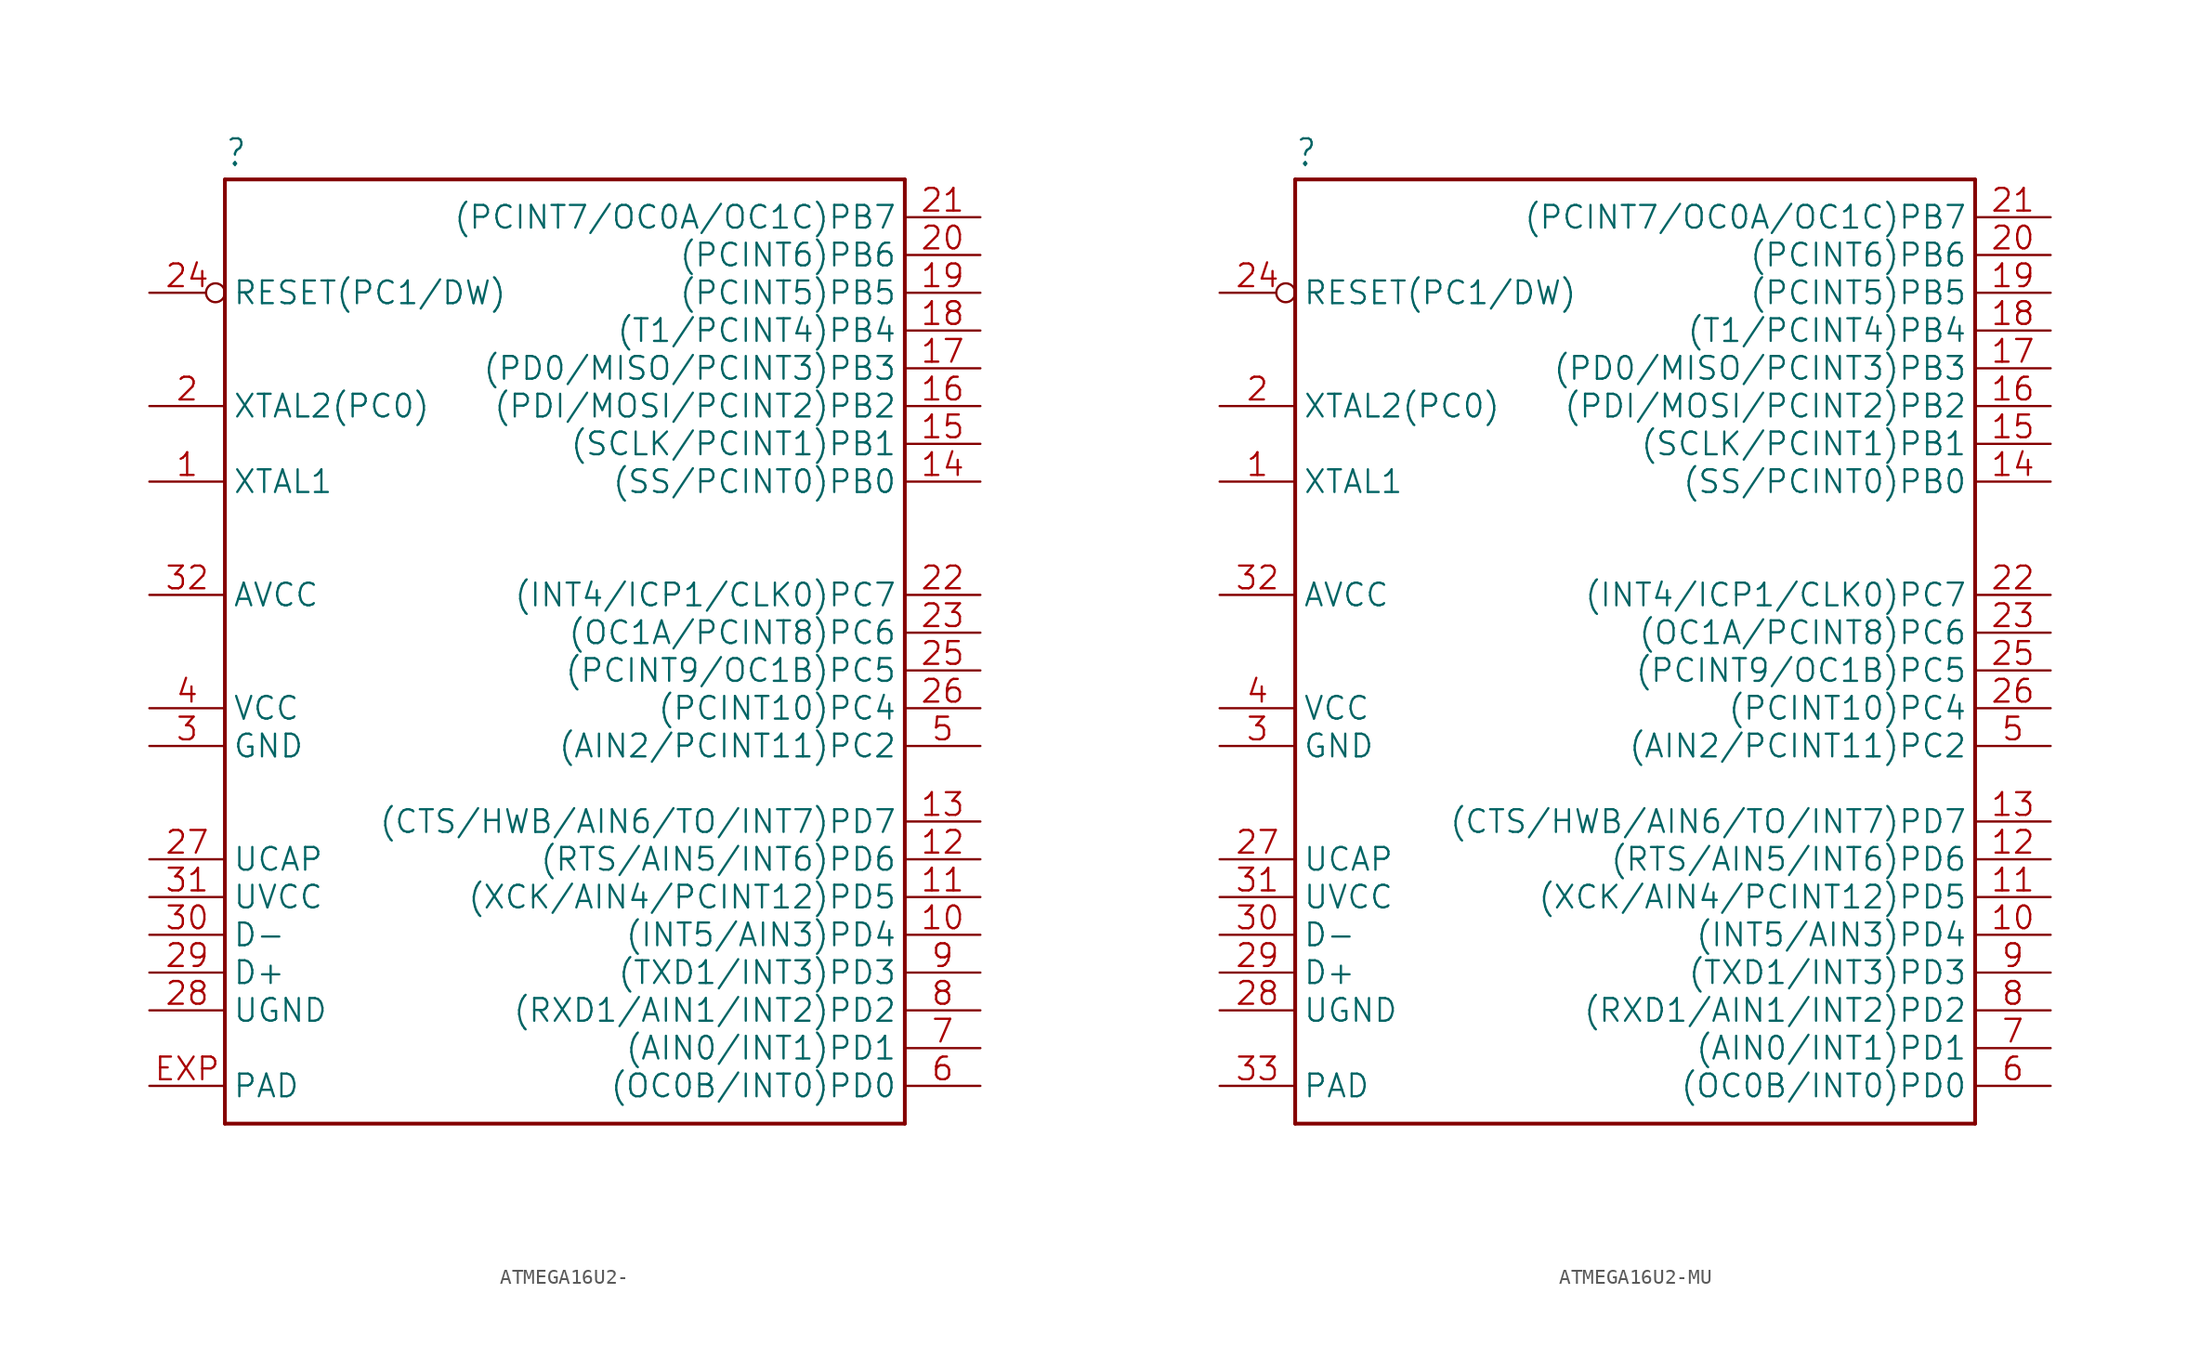
<source format=kicad_sym>
(kicad_symbol_lib
  (version 20241209)
  (generator "kicad_symbol_editor")
  (generator_version "9.0")
  (symbol "ATMEGA16U2-"
    (property "Reference" ""
      (at -22.86 33.782 0)
      (effects (font (size 1.778 1.511)) (justify left bottom)))
    (property "Value" ""
      (at -22.86 -33.02 0)
      (effects (font (size 1.778 1.511)) (justify left bottom)))
    (property "ki_locked" ""
      (at 0 0 0)
      (effects (font (size 1.27 1.27))))
    (symbol "ATMEGA16U2-_1_0"
      (polyline (pts (xy -22.86 33.02) (xy 22.86 33.02)) (stroke (width 0.254) (type solid)) (fill (type none)))
      (polyline (pts (xy -22.86 -30.48) (xy -22.86 33.02)) (stroke (width 0.254) (type solid)) (fill (type none)))
      (polyline (pts (xy 22.86 33.02) (xy 22.86 -30.48)) (stroke (width 0.254) (type solid)) (fill (type none)))
      (polyline (pts (xy 22.86 -30.48) (xy -22.86 -30.48)) (stroke (width 0.254) (type solid)) (fill (type none)))
      (pin input inverted (at -27.94 25.4 0) (length 5.08) (name "RESET(PC1/DW)" (effects (font (size 1.524 1.524)))) (number "24" (effects (font (size 1.524 1.524)))))
      (pin bidirectional line (at -27.94 17.78 0) (length 5.08) (name "XTAL2(PC0)" (effects (font (size 1.524 1.524)))) (number "2" (effects (font (size 1.524 1.524)))))
      (pin bidirectional line (at -27.94 12.7 0) (length 5.08) (name "XTAL1" (effects (font (size 1.524 1.524)))) (number "1" (effects (font (size 1.524 1.524)))))
      (pin power_in line (at -27.94 5.08 0) (length 5.08) (name "AVCC" (effects (font (size 1.524 1.524)))) (number "32" (effects (font (size 1.524 1.524)))))
      (pin power_in line (at -27.94 -2.54 0) (length 5.08) (name "VCC" (effects (font (size 1.524 1.524)))) (number "4" (effects (font (size 1.524 1.524)))))
      (pin power_in line (at -27.94 -5.08 0) (length 5.08) (name "GND" (effects (font (size 1.524 1.524)))) (number "3" (effects (font (size 1.524 1.524)))))
      (pin passive line (at -27.94 -12.7 0) (length 5.08) (name "UCAP" (effects (font (size 1.524 1.524)))) (number "27" (effects (font (size 1.524 1.524)))))
      (pin power_in line (at -27.94 -15.24 0) (length 5.08) (name "UVCC" (effects (font (size 1.524 1.524)))) (number "31" (effects (font (size 1.524 1.524)))))
      (pin bidirectional line (at -27.94 -17.78 0) (length 5.08) (name "D-" (effects (font (size 1.524 1.524)))) (number "30" (effects (font (size 1.524 1.524)))))
      (pin bidirectional line (at -27.94 -20.32 0) (length 5.08) (name "D+" (effects (font (size 1.524 1.524)))) (number "29" (effects (font (size 1.524 1.524)))))
      (pin power_in line (at -27.94 -22.86 0) (length 5.08) (name "UGND" (effects (font (size 1.524 1.524)))) (number "28" (effects (font (size 1.524 1.524)))))
      (pin power_in line (at -27.94 -27.94 0) (length 5.08) (name "PAD" (effects (font (size 1.524 1.524)))) (number "EXP" (effects (font (size 1.524 1.524)))))
      (pin bidirectional line (at 27.94 30.48 180) (length 5.08) (name "(PCINT7/OC0A/OC1C)PB7" (effects (font (size 1.524 1.524)))) (number "21" (effects (font (size 1.524 1.524)))))
      (pin bidirectional line (at 27.94 27.94 180) (length 5.08) (name "(PCINT6)PB6" (effects (font (size 1.524 1.524)))) (number "20" (effects (font (size 1.524 1.524)))))
      (pin bidirectional line (at 27.94 25.4 180) (length 5.08) (name "(PCINT5)PB5" (effects (font (size 1.524 1.524)))) (number "19" (effects (font (size 1.524 1.524)))))
      (pin bidirectional line (at 27.94 22.86 180) (length 5.08) (name "(T1/PCINT4)PB4" (effects (font (size 1.524 1.524)))) (number "18" (effects (font (size 1.524 1.524)))))
      (pin bidirectional line (at 27.94 20.32 180) (length 5.08) (name "(PD0/MISO/PCINT3)PB3" (effects (font (size 1.524 1.524)))) (number "17" (effects (font (size 1.524 1.524)))))
      (pin bidirectional line (at 27.94 17.78 180) (length 5.08) (name "(PDI/MOSI/PCINT2)PB2" (effects (font (size 1.524 1.524)))) (number "16" (effects (font (size 1.524 1.524)))))
      (pin bidirectional line (at 27.94 15.24 180) (length 5.08) (name "(SCLK/PCINT1)PB1" (effects (font (size 1.524 1.524)))) (number "15" (effects (font (size 1.524 1.524)))))
      (pin bidirectional line (at 27.94 12.7 180) (length 5.08) (name "(SS/PCINT0)PB0" (effects (font (size 1.524 1.524)))) (number "14" (effects (font (size 1.524 1.524)))))
      (pin bidirectional line (at 27.94 5.08 180) (length 5.08) (name "(INT4/ICP1/CLK0)PC7" (effects (font (size 1.524 1.524)))) (number "22" (effects (font (size 1.524 1.524)))))
      (pin bidirectional line (at 27.94 2.54 180) (length 5.08) (name "(OC1A/PCINT8)PC6" (effects (font (size 1.524 1.524)))) (number "23" (effects (font (size 1.524 1.524)))))
      (pin bidirectional line (at 27.94 0 180) (length 5.08) (name "(PCINT9/OC1B)PC5" (effects (font (size 1.524 1.524)))) (number "25" (effects (font (size 1.524 1.524)))))
      (pin bidirectional line (at 27.94 -2.54 180) (length 5.08) (name "(PCINT10)PC4" (effects (font (size 1.524 1.524)))) (number "26" (effects (font (size 1.524 1.524)))))
      (pin bidirectional line (at 27.94 -5.08 180) (length 5.08) (name "(AIN2/PCINT11)PC2" (effects (font (size 1.524 1.524)))) (number "5" (effects (font (size 1.524 1.524)))))
      (pin bidirectional line (at 27.94 -10.16 180) (length 5.08) (name "(CTS/HWB/AIN6/TO/INT7)PD7" (effects (font (size 1.524 1.524)))) (number "13" (effects (font (size 1.524 1.524)))))
      (pin bidirectional line (at 27.94 -12.7 180) (length 5.08) (name "(RTS/AIN5/INT6)PD6" (effects (font (size 1.524 1.524)))) (number "12" (effects (font (size 1.524 1.524)))))
      (pin bidirectional line (at 27.94 -15.24 180) (length 5.08) (name "(XCK/AIN4/PCINT12)PD5" (effects (font (size 1.524 1.524)))) (number "11" (effects (font (size 1.524 1.524)))))
      (pin bidirectional line (at 27.94 -17.78 180) (length 5.08) (name "(INT5/AIN3)PD4" (effects (font (size 1.524 1.524)))) (number "10" (effects (font (size 1.524 1.524)))))
      (pin bidirectional line (at 27.94 -20.32 180) (length 5.08) (name "(TXD1/INT3)PD3" (effects (font (size 1.524 1.524)))) (number "9" (effects (font (size 1.524 1.524)))))
      (pin bidirectional line (at 27.94 -22.86 180) (length 5.08) (name "(RXD1/AIN1/INT2)PD2" (effects (font (size 1.524 1.524)))) (number "8" (effects (font (size 1.524 1.524)))))
      (pin bidirectional line (at 27.94 -25.4 180) (length 5.08) (name "(AIN0/INT1)PD1" (effects (font (size 1.524 1.524)))) (number "7" (effects (font (size 1.524 1.524)))))
      (pin bidirectional line (at 27.94 -27.94 180) (length 5.08) (name "(OC0B/INT0)PD0" (effects (font (size 1.524 1.524)))) (number "6" (effects (font (size 1.524 1.524)))))))
  (symbol "ATMEGA16U2-MU"
    (property "Reference" ""
      (at -22.86 33.782 0)
      (effects (font (size 1.778 1.511)) (justify left bottom)))
    (property "Value" ""
      (at -22.86 -33.02 0)
      (effects (font (size 1.778 1.511)) (justify left bottom)))
    (property "ki_locked" ""
      (at 0 0 0)
      (effects (font (size 1.27 1.27))))
    (symbol "ATMEGA16U2-MU_1_0"
      (polyline (pts (xy -22.86 33.02) (xy 22.86 33.02)) (stroke (width 0.254) (type solid)) (fill (type none)))
      (polyline (pts (xy -22.86 -30.48) (xy -22.86 33.02)) (stroke (width 0.254) (type solid)) (fill (type none)))
      (polyline (pts (xy 22.86 33.02) (xy 22.86 -30.48)) (stroke (width 0.254) (type solid)) (fill (type none)))
      (polyline (pts (xy 22.86 -30.48) (xy -22.86 -30.48)) (stroke (width 0.254) (type solid)) (fill (type none)))
      (pin input inverted (at -27.94 25.4 0) (length 5.08) (name "RESET(PC1/DW)" (effects (font (size 1.524 1.524)))) (number "24" (effects (font (size 1.524 1.524)))))
      (pin bidirectional line (at -27.94 17.78 0) (length 5.08) (name "XTAL2(PC0)" (effects (font (size 1.524 1.524)))) (number "2" (effects (font (size 1.524 1.524)))))
      (pin bidirectional line (at -27.94 12.7 0) (length 5.08) (name "XTAL1" (effects (font (size 1.524 1.524)))) (number "1" (effects (font (size 1.524 1.524)))))
      (pin power_in line (at -27.94 5.08 0) (length 5.08) (name "AVCC" (effects (font (size 1.524 1.524)))) (number "32" (effects (font (size 1.524 1.524)))))
      (pin power_in line (at -27.94 -2.54 0) (length 5.08) (name "VCC" (effects (font (size 1.524 1.524)))) (number "4" (effects (font (size 1.524 1.524)))))
      (pin power_in line (at -27.94 -5.08 0) (length 5.08) (name "GND" (effects (font (size 1.524 1.524)))) (number "3" (effects (font (size 1.524 1.524)))))
      (pin passive line (at -27.94 -12.7 0) (length 5.08) (name "UCAP" (effects (font (size 1.524 1.524)))) (number "27" (effects (font (size 1.524 1.524)))))
      (pin power_in line (at -27.94 -15.24 0) (length 5.08) (name "UVCC" (effects (font (size 1.524 1.524)))) (number "31" (effects (font (size 1.524 1.524)))))
      (pin bidirectional line (at -27.94 -17.78 0) (length 5.08) (name "D-" (effects (font (size 1.524 1.524)))) (number "30" (effects (font (size 1.524 1.524)))))
      (pin bidirectional line (at -27.94 -20.32 0) (length 5.08) (name "D+" (effects (font (size 1.524 1.524)))) (number "29" (effects (font (size 1.524 1.524)))))
      (pin power_in line (at -27.94 -22.86 0) (length 5.08) (name "UGND" (effects (font (size 1.524 1.524)))) (number "28" (effects (font (size 1.524 1.524)))))
      (pin power_in line (at -27.94 -27.94 0) (length 5.08) (name "PAD" (effects (font (size 1.524 1.524)))) (number "33" (effects (font (size 1.524 1.524)))))
      (pin bidirectional line (at 27.94 30.48 180) (length 5.08) (name "(PCINT7/OC0A/OC1C)PB7" (effects (font (size 1.524 1.524)))) (number "21" (effects (font (size 1.524 1.524)))))
      (pin bidirectional line (at 27.94 27.94 180) (length 5.08) (name "(PCINT6)PB6" (effects (font (size 1.524 1.524)))) (number "20" (effects (font (size 1.524 1.524)))))
      (pin bidirectional line (at 27.94 25.4 180) (length 5.08) (name "(PCINT5)PB5" (effects (font (size 1.524 1.524)))) (number "19" (effects (font (size 1.524 1.524)))))
      (pin bidirectional line (at 27.94 22.86 180) (length 5.08) (name "(T1/PCINT4)PB4" (effects (font (size 1.524 1.524)))) (number "18" (effects (font (size 1.524 1.524)))))
      (pin bidirectional line (at 27.94 20.32 180) (length 5.08) (name "(PD0/MISO/PCINT3)PB3" (effects (font (size 1.524 1.524)))) (number "17" (effects (font (size 1.524 1.524)))))
      (pin bidirectional line (at 27.94 17.78 180) (length 5.08) (name "(PDI/MOSI/PCINT2)PB2" (effects (font (size 1.524 1.524)))) (number "16" (effects (font (size 1.524 1.524)))))
      (pin bidirectional line (at 27.94 15.24 180) (length 5.08) (name "(SCLK/PCINT1)PB1" (effects (font (size 1.524 1.524)))) (number "15" (effects (font (size 1.524 1.524)))))
      (pin bidirectional line (at 27.94 12.7 180) (length 5.08) (name "(SS/PCINT0)PB0" (effects (font (size 1.524 1.524)))) (number "14" (effects (font (size 1.524 1.524)))))
      (pin bidirectional line (at 27.94 5.08 180) (length 5.08) (name "(INT4/ICP1/CLK0)PC7" (effects (font (size 1.524 1.524)))) (number "22" (effects (font (size 1.524 1.524)))))
      (pin bidirectional line (at 27.94 2.54 180) (length 5.08) (name "(OC1A/PCINT8)PC6" (effects (font (size 1.524 1.524)))) (number "23" (effects (font (size 1.524 1.524)))))
      (pin bidirectional line (at 27.94 0 180) (length 5.08) (name "(PCINT9/OC1B)PC5" (effects (font (size 1.524 1.524)))) (number "25" (effects (font (size 1.524 1.524)))))
      (pin bidirectional line (at 27.94 -2.54 180) (length 5.08) (name "(PCINT10)PC4" (effects (font (size 1.524 1.524)))) (number "26" (effects (font (size 1.524 1.524)))))
      (pin bidirectional line (at 27.94 -5.08 180) (length 5.08) (name "(AIN2/PCINT11)PC2" (effects (font (size 1.524 1.524)))) (number "5" (effects (font (size 1.524 1.524)))))
      (pin bidirectional line (at 27.94 -10.16 180) (length 5.08) (name "(CTS/HWB/AIN6/TO/INT7)PD7" (effects (font (size 1.524 1.524)))) (number "13" (effects (font (size 1.524 1.524)))))
      (pin bidirectional line (at 27.94 -12.7 180) (length 5.08) (name "(RTS/AIN5/INT6)PD6" (effects (font (size 1.524 1.524)))) (number "12" (effects (font (size 1.524 1.524)))))
      (pin bidirectional line (at 27.94 -15.24 180) (length 5.08) (name "(XCK/AIN4/PCINT12)PD5" (effects (font (size 1.524 1.524)))) (number "11" (effects (font (size 1.524 1.524)))))
      (pin bidirectional line (at 27.94 -17.78 180) (length 5.08) (name "(INT5/AIN3)PD4" (effects (font (size 1.524 1.524)))) (number "10" (effects (font (size 1.524 1.524)))))
      (pin bidirectional line (at 27.94 -20.32 180) (length 5.08) (name "(TXD1/INT3)PD3" (effects (font (size 1.524 1.524)))) (number "9" (effects (font (size 1.524 1.524)))))
      (pin bidirectional line (at 27.94 -22.86 180) (length 5.08) (name "(RXD1/AIN1/INT2)PD2" (effects (font (size 1.524 1.524)))) (number "8" (effects (font (size 1.524 1.524)))))
      (pin bidirectional line (at 27.94 -25.4 180) (length 5.08) (name "(AIN0/INT1)PD1" (effects (font (size 1.524 1.524)))) (number "7" (effects (font (size 1.524 1.524)))))
      (pin bidirectional line (at 27.94 -27.94 180) (length 5.08) (name "(OC0B/INT0)PD0" (effects (font (size 1.524 1.524)))) (number "6" (effects (font (size 1.524 1.524))))))))
</source>
